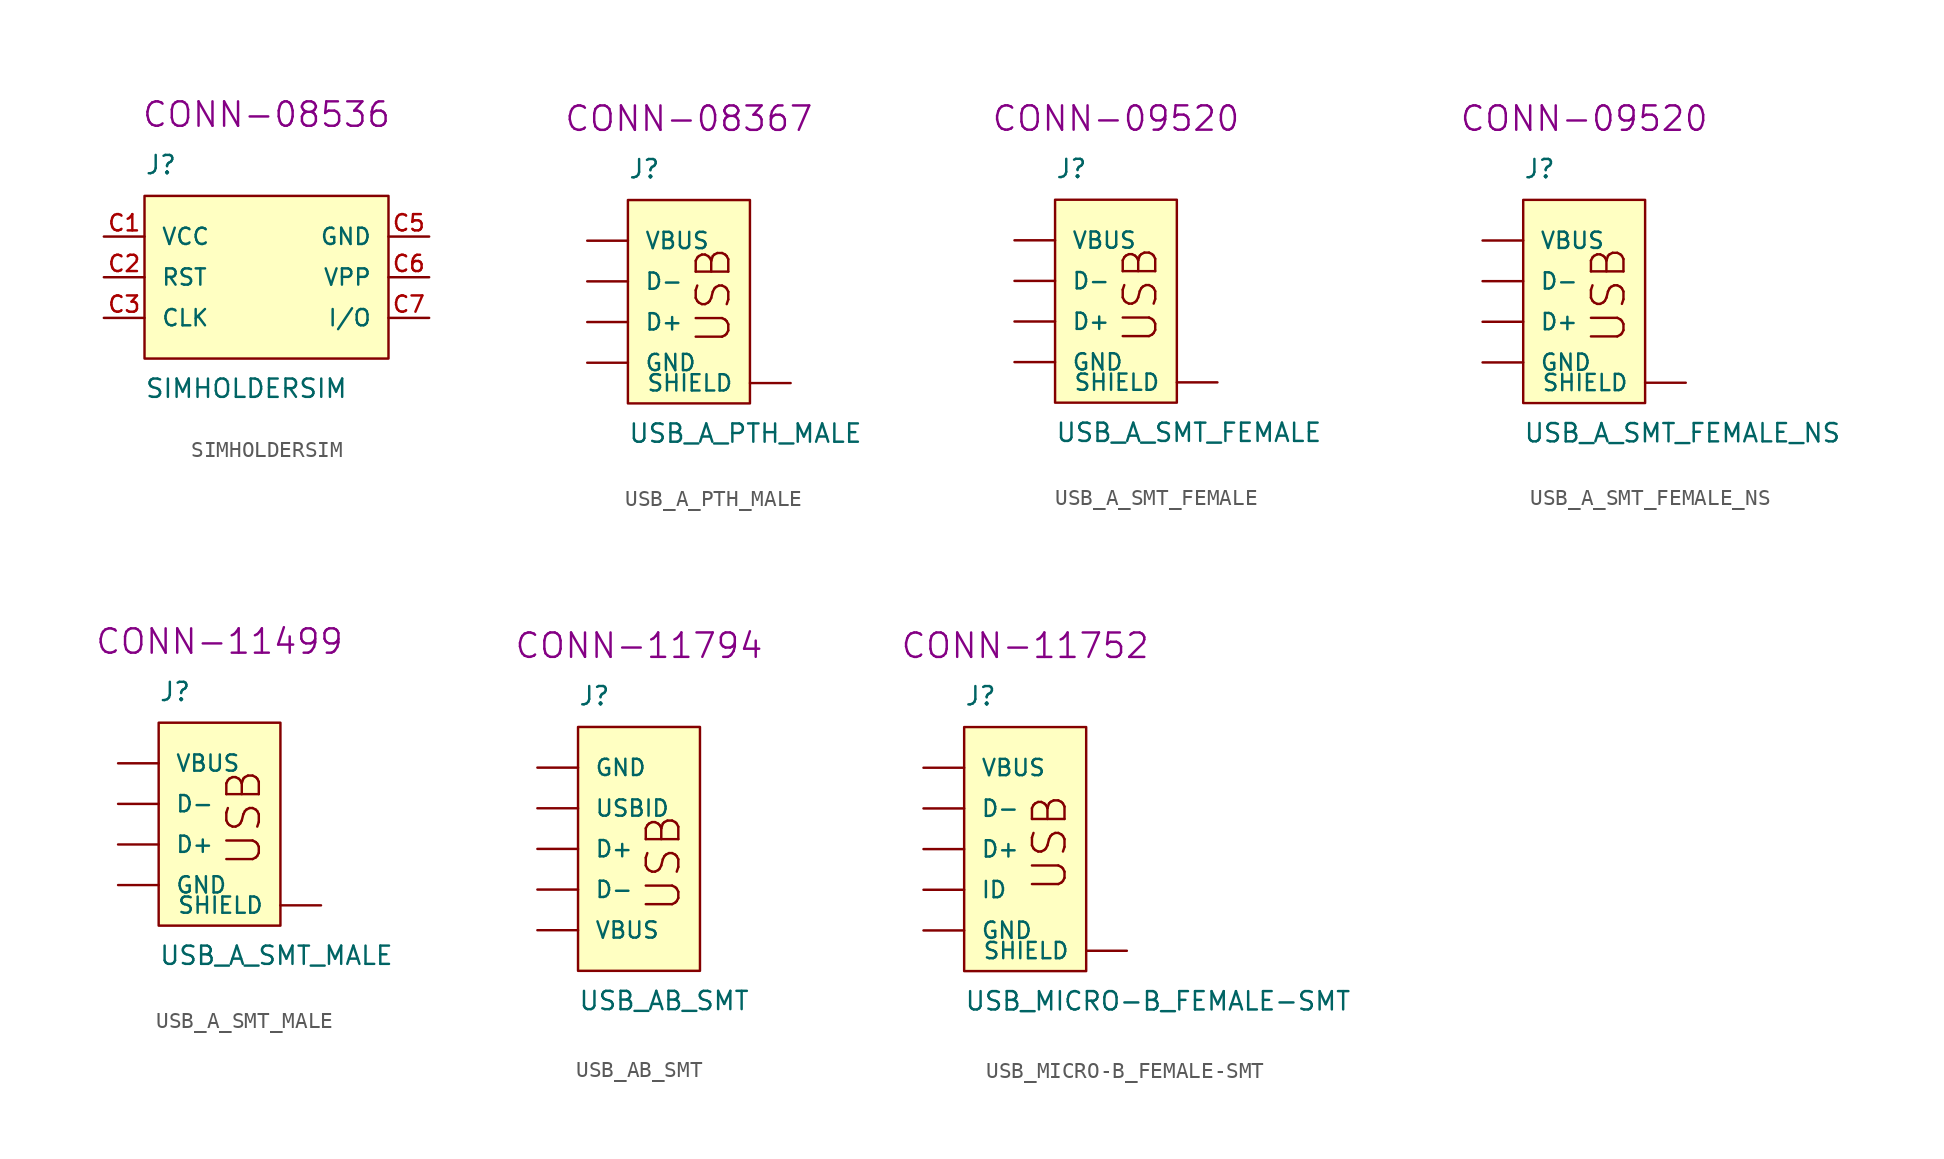
<source format=kicad_sym>
(kicad_symbol_lib
  (version 20201005)
  (generator kicad_symbol_editor)
  (symbol "SIMHOLDERSIM"
    (pin_names
      (offset 1.016))
    (property "Reference" "J"
      (at -7.62 6.35 0)
      (effects (font (size 1.143 1.143)) (justify left bottom)))
    (property "Value" "SIMHOLDERSIM"
      (at -7.62 -7.62 0)
      (effects (font (size 1.143 1.143)) (justify left bottom)))
    (property "Field4" "CONN-08536"
      (at 0 10.16 0)
      (effects (font (size 1.524 1.524))))
    (property "ki_locked" ""
      (at 0 0 0)
      (effects (font (size 1.27 1.27))))
    (symbol "SIMHOLDERSIM_1_1"
      (polyline (pts (xy -7.62 -5.08) (xy 7.62 -5.08) (xy 7.62 5.08) (xy -7.62 5.08) (xy -7.62 -5.08)) (stroke (width 0)) (fill (type background)))
      (pin power_in line (at -10.16 2.54 0) (length 2.54) (name "VCC" (effects (font (size 1.016 1.016)))) (number "C1" (effects (font (size 1.016 1.016)))))
      (pin input line (at -10.16 0 0) (length 2.54) (name "RST" (effects (font (size 1.016 1.016)))) (number "C2" (effects (font (size 1.016 1.016)))))
      (pin input line (at -10.16 -2.54 0) (length 2.54) (name "CLK" (effects (font (size 1.016 1.016)))) (number "C3" (effects (font (size 1.016 1.016)))))
      (pin power_in line (at 10.16 2.54 180) (length 2.54) (name "GND" (effects (font (size 1.016 1.016)))) (number "C5" (effects (font (size 1.016 1.016)))))
      (pin input line (at 10.16 0 180) (length 2.54) (name "VPP" (effects (font (size 1.016 1.016)))) (number "C6" (effects (font (size 1.016 1.016)))))
      (pin bidirectional line (at 10.16 -2.54 180) (length 2.54) (name "I/O" (effects (font (size 1.016 1.016)))) (number "C7" (effects (font (size 1.016 1.016)))))))
  (symbol "USB_A_PTH_MALE"
    (pin_numbers hide)
    (pin_names
      (offset 1.016))
    (property "Reference" "J"
      (at -3.81 7.62 0)
      (effects (font (size 1.143 1.143)) (justify left bottom)))
    (property "Value" "USB_A_PTH_MALE"
      (at -3.81 -8.89 0)
      (effects (font (size 1.143 1.143)) (justify left bottom)))
    (property "Field4" "CONN-08367"
      (at 0 11.43 0)
      (effects (font (size 1.524 1.524))))
    (property "ki_locked" ""
      (at 0 0 0)
      (effects (font (size 1.27 1.27))))
    (symbol "USB_A_PTH_MALE_1_0"
      (text "USB" (at 1.524 0.381 900) (effects (font (size 2.032 2.032))))
      (rectangle (start -3.81 -6.35) (end 3.81 6.35) (stroke (width 0)) (fill (type background))))
    (symbol "USB_A_PTH_MALE_1_1"
      (pin bidirectional line (at -6.35 -1.27 0) (length 2.54) (name "D+" (effects (font (size 1.016 1.016)))) (number "D+" (effects (font (size 1.016 1.016)))))
      (pin bidirectional line (at -6.35 1.27 0) (length 2.54) (name "D-" (effects (font (size 1.016 1.016)))) (number "D-" (effects (font (size 1.016 1.016)))))
      (pin power_in line (at -6.35 -3.81 0) (length 2.54) (name "GND" (effects (font (size 1.016 1.016)))) (number "GND" (effects (font (size 1.016 1.016)))))
      (pin bidirectional line (at 6.35 -5.08 180) (length 2.54) (name "SHIELD" (effects (font (size 1.016 1.016)))) (number "SHLD" (effects (font (size 1.016 1.016)))))
      (pin bidirectional line (at 6.35 -5.08 180) (length 2.54) hide (name "SHIELD" (effects (font (size 1.016 1.016)))) (number "SHLD" (effects (font (size 1.016 1.016)))))
      (pin power_in line (at -6.35 3.81 0) (length 2.54) (name "VBUS" (effects (font (size 1.016 1.016)))) (number "VBUS" (effects (font (size 1.016 1.016)))))))
  (symbol "USB_A_SMT_FEMALE"
    (pin_numbers hide)
    (pin_names
      (offset 1.016))
    (property "Reference" "J"
      (at -3.81 7.62 0)
      (effects (font (size 1.143 1.143)) (justify left bottom)))
    (property "Value" "USB_A_SMT_FEMALE"
      (at -3.81 -8.89 0)
      (effects (font (size 1.143 1.143)) (justify left bottom)))
    (property "Field4" "CONN-09520"
      (at 0 11.43 0)
      (effects (font (size 1.524 1.524))))
    (property "ki_locked" ""
      (at 0 0 0)
      (effects (font (size 1.27 1.27))))
    (symbol "USB_A_SMT_FEMALE_1_0"
      (text "USB" (at 1.524 0.381 900) (effects (font (size 2.032 2.032))))
      (rectangle (start -3.81 -6.35) (end 3.81 6.35) (stroke (width 0)) (fill (type background))))
    (symbol "USB_A_SMT_FEMALE_1_1"
      (pin bidirectional line (at -6.35 -1.27 0) (length 2.54) (name "D+" (effects (font (size 1.016 1.016)))) (number "D+" (effects (font (size 1.016 1.016)))))
      (pin bidirectional line (at -6.35 1.27 0) (length 2.54) (name "D-" (effects (font (size 1.016 1.016)))) (number "D-" (effects (font (size 1.016 1.016)))))
      (pin power_in line (at -6.35 -3.81 0) (length 2.54) (name "GND" (effects (font (size 1.016 1.016)))) (number "GND" (effects (font (size 1.016 1.016)))))
      (pin bidirectional line (at 6.35 -5.08 180) (length 2.54) (name "SHIELD" (effects (font (size 1.016 1.016)))) (number "SHLD" (effects (font (size 1.016 1.016)))))
      (pin bidirectional line (at 6.35 -5.08 180) (length 2.54) hide (name "SHIELD" (effects (font (size 1.016 1.016)))) (number "SHLD" (effects (font (size 1.016 1.016)))))
      (pin power_in line (at -6.35 3.81 0) (length 2.54) (name "VBUS" (effects (font (size 1.016 1.016)))) (number "VBUS" (effects (font (size 1.016 1.016)))))))
  (symbol "USB_A_SMT_FEMALE_NS"
    (pin_numbers hide)
    (pin_names
      (offset 1.016))
    (property "Reference" "J"
      (at -3.81 7.62 0)
      (effects (font (size 1.143 1.143)) (justify left bottom)))
    (property "Value" "USB_A_SMT_FEMALE_NS"
      (at -3.81 -8.89 0)
      (effects (font (size 1.143 1.143)) (justify left bottom)))
    (property "Field4" "CONN-09520"
      (at 0 11.43 0)
      (effects (font (size 1.524 1.524))))
    (property "ki_locked" ""
      (at 0 0 0)
      (effects (font (size 1.27 1.27))))
    (symbol "USB_A_SMT_FEMALE_NS_1_0"
      (text "USB" (at 1.524 0.381 900) (effects (font (size 2.032 2.032))))
      (rectangle (start -3.81 -6.35) (end 3.81 6.35) (stroke (width 0)) (fill (type background))))
    (symbol "USB_A_SMT_FEMALE_NS_1_1"
      (pin bidirectional line (at -6.35 -1.27 0) (length 2.54) (name "D+" (effects (font (size 1.016 1.016)))) (number "D+" (effects (font (size 1.016 1.016)))))
      (pin bidirectional line (at -6.35 1.27 0) (length 2.54) (name "D-" (effects (font (size 1.016 1.016)))) (number "D-" (effects (font (size 1.016 1.016)))))
      (pin power_in line (at -6.35 -3.81 0) (length 2.54) (name "GND" (effects (font (size 1.016 1.016)))) (number "GND" (effects (font (size 1.016 1.016)))))
      (pin bidirectional line (at 6.35 -5.08 180) (length 2.54) (name "SHIELD" (effects (font (size 1.016 1.016)))) (number "SHLD" (effects (font (size 1.016 1.016)))))
      (pin bidirectional line (at 6.35 -5.08 180) (length 2.54) hide (name "SHIELD" (effects (font (size 1.016 1.016)))) (number "SHLD" (effects (font (size 1.016 1.016)))))
      (pin power_in line (at -6.35 3.81 0) (length 2.54) (name "VBUS" (effects (font (size 1.016 1.016)))) (number "VBUS" (effects (font (size 1.016 1.016)))))))
  (symbol "USB_A_SMT_MALE"
    (pin_numbers hide)
    (pin_names
      (offset 1.016))
    (property "Reference" "J"
      (at -3.81 7.62 0)
      (effects (font (size 1.143 1.143)) (justify left bottom)))
    (property "Value" "USB_A_SMT_MALE"
      (at -3.81 -8.89 0)
      (effects (font (size 1.143 1.143)) (justify left bottom)))
    (property "Field4" "CONN-11499"
      (at 0 11.43 0)
      (effects (font (size 1.524 1.524))))
    (property "ki_locked" ""
      (at 0 0 0)
      (effects (font (size 1.27 1.27))))
    (symbol "USB_A_SMT_MALE_1_0"
      (text "USB" (at 1.524 0.381 900) (effects (font (size 2.032 2.032))))
      (rectangle (start -3.81 -6.35) (end 3.81 6.35) (stroke (width 0)) (fill (type background))))
    (symbol "USB_A_SMT_MALE_1_1"
      (pin bidirectional line (at -6.35 -1.27 0) (length 2.54) (name "D+" (effects (font (size 1.016 1.016)))) (number "D+1" (effects (font (size 1.016 1.016)))))
      (pin bidirectional line (at -6.35 1.27 0) (length 2.54) (name "D-" (effects (font (size 1.016 1.016)))) (number "D-1" (effects (font (size 1.016 1.016)))))
      (pin power_in line (at -6.35 -3.81 0) (length 2.54) (name "GND" (effects (font (size 1.016 1.016)))) (number "GND1" (effects (font (size 1.016 1.016)))))
      (pin bidirectional line (at 6.35 -5.08 180) (length 2.54) (name "SHIELD" (effects (font (size 1.016 1.016)))) (number "SHLD" (effects (font (size 1.016 1.016)))))
      (pin bidirectional line (at 6.35 -5.08 180) (length 2.54) hide (name "SHIELD" (effects (font (size 1.016 1.016)))) (number "SHLD" (effects (font (size 1.016 1.016)))))
      (pin power_in line (at -6.35 3.81 0) (length 2.54) (name "VBUS" (effects (font (size 1.016 1.016)))) (number "VBUS" (effects (font (size 1.016 1.016)))))))
  (symbol "USB_AB_SMT"
    (pin_numbers hide)
    (pin_names
      (offset 1.016))
    (property "Reference" "J"
      (at -3.81 8.89 0)
      (effects (font (size 1.143 1.143)) (justify left bottom)))
    (property "Value" "USB_AB_SMT"
      (at -3.81 -10.16 0)
      (effects (font (size 1.143 1.143)) (justify left bottom)))
    (property "Field4" "CONN-11794"
      (at 0 12.7 0)
      (effects (font (size 1.524 1.524))))
    (property "ki_locked" ""
      (at 0 0 0)
      (effects (font (size 1.27 1.27))))
    (symbol "USB_AB_SMT_1_0"
      (text "USB" (at 1.524 -0.889 900) (effects (font (size 2.032 2.032))))
      (rectangle (start -3.81 7.62) (end 3.81 -7.62) (stroke (width 0)) (fill (type background))))
    (symbol "USB_AB_SMT_1_1"
      (pin bidirectional line (at -6.35 0 0) (length 2.54) (name "D+" (effects (font (size 1.016 1.016)))) (number "D+1" (effects (font (size 1.016 1.016)))))
      (pin bidirectional line (at -6.35 -2.54 0) (length 2.54) (name "D-" (effects (font (size 1.016 1.016)))) (number "D-1" (effects (font (size 1.016 1.016)))))
      (pin bidirectional line (at -6.35 2.54 0) (length 2.54) (name "USBID" (effects (font (size 1.016 1.016)))) (number "ID1" (effects (font (size 1.016 1.016)))))
      (pin power_in line (at -6.35 5.08 0) (length 2.54) (name "GND" (effects (font (size 1.016 1.016)))) (number "GND1" (effects (font (size 1.016 1.016)))))
      (pin bidirectional line (at 6.35 -6.35 180) (length 2.54) hide (name "SHIELD" (effects (font (size 1.016 1.016)))) (number "SHLD" (effects (font (size 1.016 1.016)))))
      (pin bidirectional line (at 6.35 -6.35 180) (length 2.54) hide (name "SHIELD" (effects (font (size 1.016 1.016)))) (number "SHLD" (effects (font (size 1.016 1.016)))))
      (pin power_in line (at -6.35 -5.08 0) (length 2.54) (name "VBUS" (effects (font (size 1.016 1.016)))) (number "VBUS" (effects (font (size 1.016 1.016)))))))
  (symbol "USB_MICRO-B_FEMALE-SMT"
    (pin_numbers hide)
    (pin_names
      (offset 1.016))
    (property "Reference" "J"
      (at -3.81 8.89 0)
      (effects (font (size 1.143 1.143)) (justify left bottom)))
    (property "Value" "USB_MICRO-B_FEMALE-SMT"
      (at -3.81 -10.16 0)
      (effects (font (size 1.143 1.143)) (justify left bottom)))
    (property "Field4" "CONN-11752"
      (at 0 12.7 0)
      (effects (font (size 1.524 1.524))))
    (property "ki_locked" ""
      (at 0 0 0)
      (effects (font (size 1.27 1.27))))
    (symbol "USB_MICRO-B_FEMALE-SMT_1_0"
      (text "USB" (at 1.524 0.381 900) (effects (font (size 2.032 2.032))))
      (rectangle (start -3.81 7.62) (end 3.81 -7.62) (stroke (width 0)) (fill (type background))))
    (symbol "USB_MICRO-B_FEMALE-SMT_1_1"
      (pin bidirectional line (at -6.35 0 0) (length 2.54) (name "D+" (effects (font (size 1.016 1.016)))) (number "D+" (effects (font (size 1.016 1.016)))))
      (pin bidirectional line (at -6.35 2.54 0) (length 2.54) (name "D-" (effects (font (size 1.016 1.016)))) (number "D-" (effects (font (size 1.016 1.016)))))
      (pin bidirectional line (at -6.35 -2.54 0) (length 2.54) (name "ID" (effects (font (size 1.016 1.016)))) (number "ID" (effects (font (size 1.016 1.016)))))
      (pin power_in line (at -6.35 -5.08 0) (length 2.54) (name "GND" (effects (font (size 1.016 1.016)))) (number "GND" (effects (font (size 1.016 1.016)))))
      (pin bidirectional line (at 6.35 -6.35 180) (length 2.54) (name "SHIELD" (effects (font (size 1.016 1.016)))) (number "SHIE" (effects (font (size 1.016 1.016)))))
      (pin bidirectional line (at 6.35 -6.35 180) (length 2.54) hide (name "SHIELD" (effects (font (size 1.016 1.016)))) (number "SHIE" (effects (font (size 1.016 1.016)))))
      (pin bidirectional line (at 6.35 -6.35 180) (length 2.54) hide (name "SHIELD" (effects (font (size 1.016 1.016)))) (number "SHIE" (effects (font (size 1.016 1.016)))))
      (pin power_in line (at -6.35 5.08 0) (length 2.54) (name "VBUS" (effects (font (size 1.016 1.016)))) (number "VBUS" (effects (font (size 1.016 1.016))))))))
</source>
